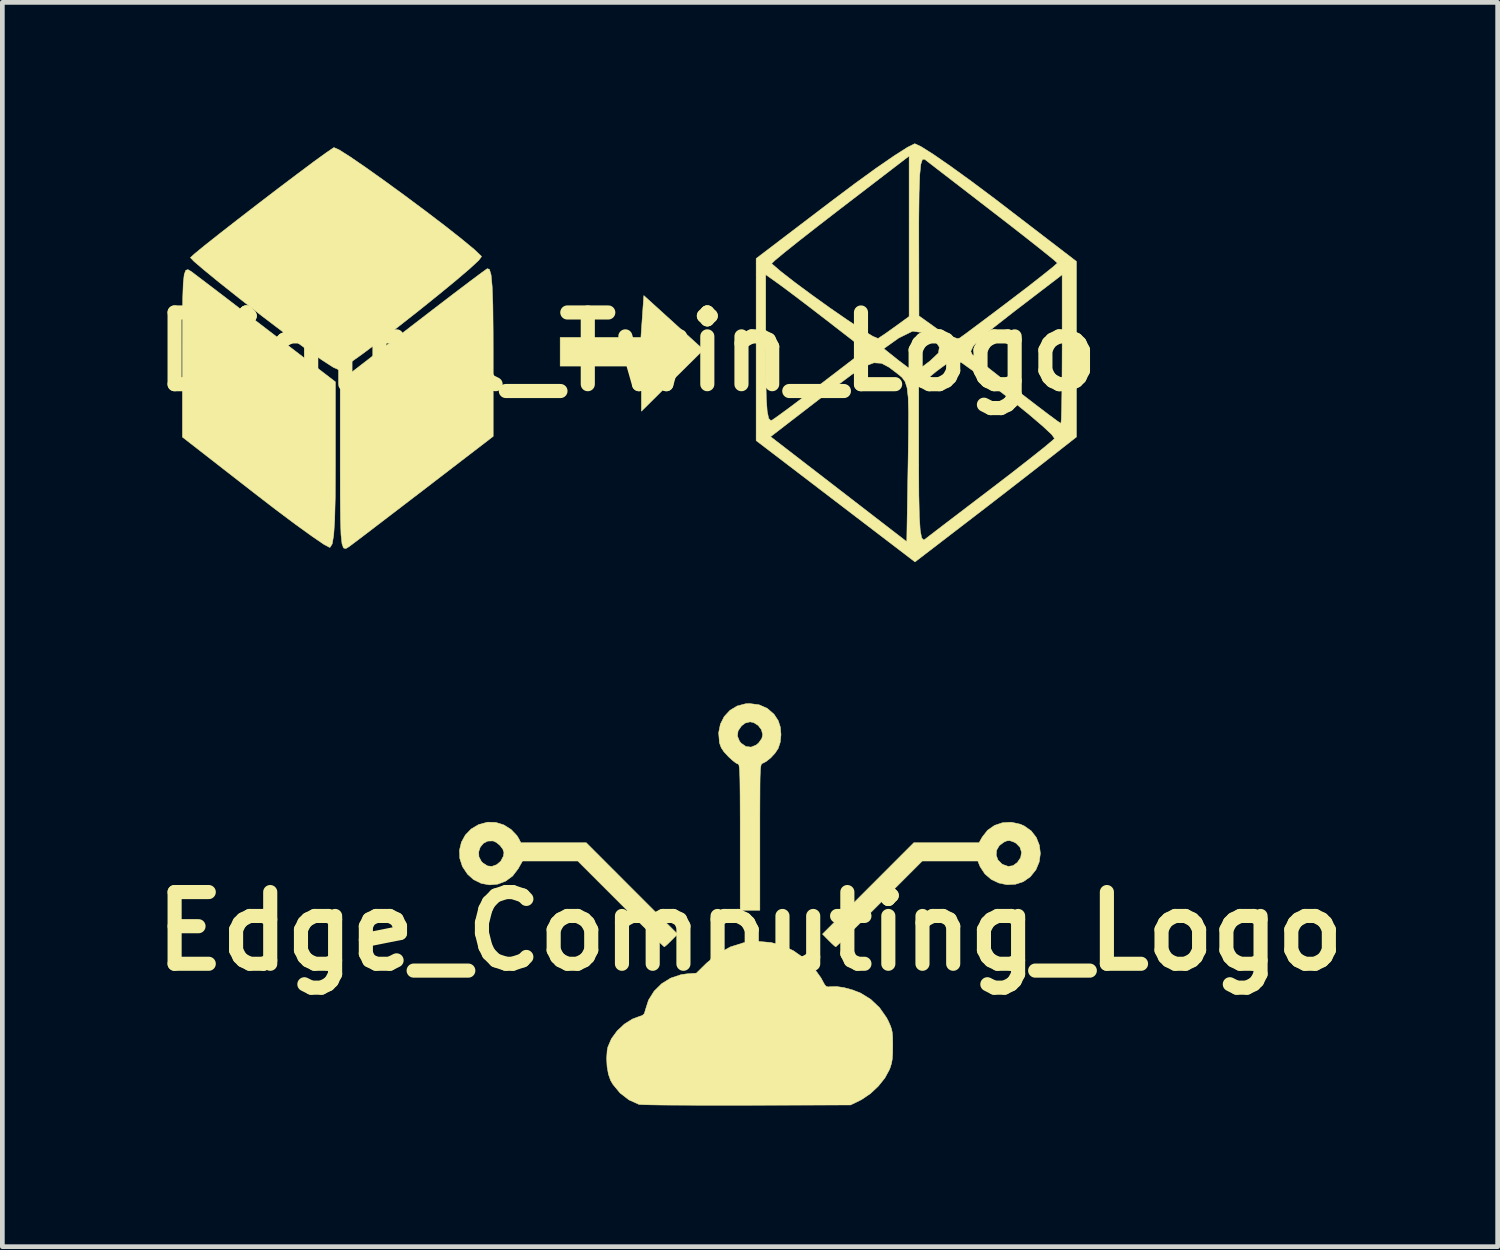
<source format=kicad_pcb>
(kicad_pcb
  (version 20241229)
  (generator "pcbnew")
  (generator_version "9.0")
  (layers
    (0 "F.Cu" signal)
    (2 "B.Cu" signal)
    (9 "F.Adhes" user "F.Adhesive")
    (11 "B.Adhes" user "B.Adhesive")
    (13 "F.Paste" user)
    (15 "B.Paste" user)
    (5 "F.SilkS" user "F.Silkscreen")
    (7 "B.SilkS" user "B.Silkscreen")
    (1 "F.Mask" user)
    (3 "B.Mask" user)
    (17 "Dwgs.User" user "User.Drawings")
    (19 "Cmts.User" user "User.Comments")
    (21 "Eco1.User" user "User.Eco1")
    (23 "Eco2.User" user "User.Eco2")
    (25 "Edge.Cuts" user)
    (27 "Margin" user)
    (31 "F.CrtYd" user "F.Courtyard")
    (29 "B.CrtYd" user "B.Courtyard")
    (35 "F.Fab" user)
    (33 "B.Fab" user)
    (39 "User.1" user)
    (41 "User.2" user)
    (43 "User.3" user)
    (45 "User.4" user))
  (footprint "Digital_Twin_Logo"
    (layer "F.Cu")
    (at 10.276 4.425)
    (property "Reference" "Digital_Twin_Logo" (at 0 0 0) (layer "F.SilkS") (effects (font (size 1.524 1.524) (thickness 0.3))))
    (attr through_hole)
    (fp_poly (pts (xy 0.99 -0.619) (xy 1.624 -0.043) (xy 0.964 0.61) (xy 0.305 1.264) (xy 0.305 0.305) (xy -1.422 0.305) (xy -1.422 -0.305) (xy 0.294 -0.305) (xy 0.325 -0.749) (xy 0.356 -1.194) (xy 0.99 -0.619)) (stroke (width 0.01) (type solid)) (fill yes) (layer "F.SilkS"))
    (fp_poly (pts (xy -9.266 -1.708) (xy -9.129 -1.604) (xy -8.86 -1.4) (xy -8.49 -1.118) (xy -8.049 -0.78) (xy -7.641 -0.467) (xy -6.198 0.64) (xy -6.198 2.403) (xy -6.201 3.075) (xy -6.213 3.564) (xy -6.234 3.893) (xy -6.266 4.083) (xy -6.311 4.155) (xy -6.325 4.157) (xy -6.442 4.094) (xy -6.69 3.925) (xy -7.044 3.67) (xy -7.474 3.348) (xy -7.95 2.981) (xy -9.449 1.814) (xy -9.449 -0.013) (xy -9.448 -0.662) (xy -9.443 -1.132) (xy -9.432 -1.45) (xy -9.411 -1.642) (xy -9.378 -1.731) (xy -9.331 -1.745) (xy -9.266 -1.708)) (stroke (width 0.01) (type solid)) (fill yes) (layer "F.SilkS"))
    (fp_poly (pts (xy -2.925 -1.751) (xy -2.89 -1.633) (xy -2.867 -1.388) (xy -2.852 -0.995) (xy -2.846 -0.432) (xy -2.845 -0.021) (xy -2.845 1.798) (xy -4.288 2.906) (xy -4.766 3.272) (xy -5.199 3.603) (xy -5.555 3.875) (xy -5.806 4.065) (xy -5.914 4.146) (xy -5.978 4.183) (xy -6.026 4.17) (xy -6.058 4.08) (xy -6.079 3.888) (xy -6.09 3.569) (xy -6.095 3.098) (xy -6.096 2.451) (xy -6.096 0.623) (xy -4.597 -0.533) (xy -4.116 -0.903) (xy -3.685 -1.233) (xy -3.332 -1.5) (xy -3.084 -1.685) (xy -2.972 -1.765) (xy -2.925 -1.751)) (stroke (width 0.01) (type solid)) (fill yes) (layer "F.SilkS"))
    (fp_poly (pts (xy -6.122 -4.293) (xy -5.887 -4.144) (xy -5.554 -3.916) (xy -5.155 -3.632) (xy -4.72 -3.315) (xy -4.281 -2.988) (xy -3.869 -2.674) (xy -3.515 -2.395) (xy -3.25 -2.176) (xy -3.105 -2.039) (xy -3.093 -2.022) (xy -3.154 -1.941) (xy -3.348 -1.762) (xy -3.646 -1.508) (xy -4.016 -1.204) (xy -4.429 -0.872) (xy -4.855 -0.537) (xy -5.265 -0.222) (xy -5.628 0.05) (xy -5.915 0.254) (xy -6.096 0.367) (xy -6.131 0.381) (xy -6.245 0.33) (xy -6.491 0.171) (xy -6.843 -0.075) (xy -7.273 -0.391) (xy -7.754 -0.756) (xy -7.772 -0.77) (xy -8.247 -1.14) (xy -8.66 -1.468) (xy -8.985 -1.734) (xy -9.2 -1.917) (xy -9.279 -1.999) (xy -9.279 -2) (xy -9.195 -2.078) (xy -8.98 -2.255) (xy -8.664 -2.505) (xy -8.278 -2.806) (xy -7.854 -3.133) (xy -7.423 -3.463) (xy -7.015 -3.771) (xy -6.662 -4.035) (xy -6.394 -4.229) (xy -6.244 -4.331) (xy -6.228 -4.339) (xy -6.122 -4.293)) (stroke (width 0.01) (type solid)) (fill yes) (layer "F.SilkS"))
    (fp_poly (pts (xy 6.247 -4.36) (xy 6.51 -4.194) (xy 6.879 -3.939) (xy 7.325 -3.616) (xy 7.824 -3.243) (xy 7.92 -3.169) (xy 9.55 -1.919) (xy 9.55 1.811) (xy 8.915 2.309) (xy 8.58 2.57) (xy 8.141 2.911) (xy 7.657 3.285) (xy 7.199 3.637) (xy 6.119 4.466) (xy 4.431 3.177) (xy 2.743 1.888) (xy 2.743 1.805) (xy 3.05 1.805) (xy 4.497 2.921) (xy 5.944 4.037) (xy 5.972 2.351) (xy 5.981 1.729) (xy 5.983 1.279) (xy 5.974 0.968) (xy 5.95 0.763) (xy 5.938 0.726) (xy 6.198 0.726) (xy 6.198 2.407) (xy 6.201 3.044) (xy 6.211 3.499) (xy 6.23 3.796) (xy 6.26 3.955) (xy 6.302 4) (xy 6.325 3.99) (xy 6.446 3.896) (xy 6.698 3.703) (xy 7.051 3.434) (xy 7.473 3.112) (xy 7.744 2.906) (xy 8.186 2.567) (xy 8.568 2.268) (xy 8.864 2.033) (xy 9.043 1.883) (xy 9.084 1.844) (xy 9.025 1.759) (xy 8.833 1.58) (xy 8.54 1.33) (xy 8.177 1.036) (xy 7.774 0.722) (xy 7.363 0.414) (xy 7.113 0.234) (xy 6.978 0.181) (xy 6.818 0.235) (xy 6.576 0.414) (xy 6.569 0.419) (xy 6.198 0.726) (xy 5.938 0.726) (xy 5.908 0.634) (xy 5.845 0.548) (xy 5.768 0.482) (xy 5.57 0.331) (xy 5.407 0.245) (xy 5.245 0.235) (xy 5.046 0.311) (xy 4.777 0.484) (xy 4.401 0.765) (xy 4.141 0.964) (xy 3.05 1.805) (xy 2.743 1.805) (xy 2.743 -0.053) (xy 2.946 -0.053) (xy 2.949 0.558) (xy 2.959 0.99) (xy 2.978 1.268) (xy 3.009 1.417) (xy 3.054 1.462) (xy 3.083 1.453) (xy 3.215 1.361) (xy 3.47 1.174) (xy 3.809 0.919) (xy 4.14 0.668) (xy 5.06 -0.036) (xy 5.021 -0.066) (xy 5.456 -0.066) (xy 5.751 0.17) (xy 5.976 0.34) (xy 6.126 0.387) (xy 6.283 0.314) (xy 6.442 0.193) (xy 6.616 0.028) (xy 6.623 -0.01) (xy 7.304 -0.01) (xy 7.334 0.06) (xy 7.458 0.166) (xy 7.692 0.354) (xy 7.997 0.594) (xy 8.333 0.857) (xy 8.663 1.111) (xy 8.947 1.327) (xy 9.146 1.474) (xy 9.22 1.523) (xy 9.229 1.427) (xy 9.236 1.163) (xy 9.242 0.765) (xy 9.245 0.266) (xy 9.246 -0.057) (xy 9.246 -1.637) (xy 8.223 -0.854) (xy 7.795 -0.519) (xy 7.512 -0.281) (xy 7.356 -0.118) (xy 7.304 -0.01) (xy 6.623 -0.01) (xy 6.636 -0.097) (xy 6.591 -0.168) (xy 6.33 -0.399) (xy 6.068 -0.437) (xy 5.773 -0.292) (xy 5.456 -0.066) (xy 5.021 -0.066) (xy 4.283 -0.638) (xy 3.91 -0.925) (xy 3.567 -1.186) (xy 3.305 -1.382) (xy 3.226 -1.44) (xy 2.946 -1.639) (xy 2.946 -0.053) (xy 2.743 -0.053) (xy 2.743 -1.873) (xy 3.072 -1.873) (xy 3.268 -1.705) (xy 3.562 -1.476) (xy 3.919 -1.212) (xy 4.299 -0.939) (xy 4.668 -0.684) (xy 4.987 -0.472) (xy 5.221 -0.329) (xy 5.332 -0.282) (xy 5.334 -0.282) (xy 5.482 -0.38) (xy 5.701 -0.536) (xy 5.715 -0.546) (xy 5.994 -0.749) (xy 5.994 -2.476) (xy 6.2 -2.476) (xy 6.203 -0.762) (xy 6.581 -0.492) (xy 6.828 -0.344) (xy 7.017 -0.281) (xy 7.065 -0.289) (xy 7.183 -0.373) (xy 7.427 -0.555) (xy 7.762 -0.806) (xy 8.152 -1.101) (xy 8.157 -1.105) (xy 8.536 -1.394) (xy 8.847 -1.638) (xy 9.06 -1.809) (xy 9.144 -1.884) (xy 9.144 -1.885) (xy 9.068 -1.955) (xy 8.856 -2.126) (xy 8.537 -2.379) (xy 8.135 -2.693) (xy 7.798 -2.953) (xy 7.341 -3.306) (xy 6.935 -3.619) (xy 6.609 -3.87) (xy 6.394 -4.036) (xy 6.325 -4.09) (xy 6.277 -4.089) (xy 6.242 -3.982) (xy 6.219 -3.75) (xy 6.206 -3.369) (xy 6.2 -2.817) (xy 6.2 -2.476) (xy 5.994 -2.476) (xy 5.994 -4.16) (xy 4.52 -3.03) (xy 4.054 -2.67) (xy 3.651 -2.355) (xy 3.337 -2.104) (xy 3.136 -1.937) (xy 3.072 -1.873) (xy 2.743 -1.873) (xy 2.743 -1.981) (xy 4.344 -3.2) (xy 4.844 -3.575) (xy 5.298 -3.904) (xy 5.679 -4.166) (xy 5.958 -4.344) (xy 6.108 -4.419) (xy 6.117 -4.42) (xy 6.247 -4.36)) (stroke (width 0.01) (type solid)) (fill yes) (layer "F.SilkS")))
  (footprint "Edge_Computing_Logo"
    (layer "F.Cu")
    (at 12.889 16.742)
    (property "Reference" "Edge_Computing_Logo" (at 0 0 0) (layer "F.SilkS") (effects (font (size 1.524 1.524) (thickness 0.3))))
    (attr through_hole)
    (fp_poly (pts (xy -5.403 -2.315) (xy -5.231 -2.261) (xy -5.076 -2.163) (xy -4.952 -2.032) (xy -4.913 -1.967) (xy -4.869 -1.883) (xy -3.481 -1.883) (xy -2.511 -0.912) (xy -1.54 0.059) (xy -1.673 0.194) (xy -1.744 0.264) (xy -1.798 0.312) (xy -1.822 0.329) (xy -1.846 0.308) (xy -1.907 0.25) (xy -2.002 0.158) (xy -2.126 0.036) (xy -2.275 -0.111) (xy -2.444 -0.278) (xy -2.628 -0.462) (xy -2.749 -0.583) (xy -3.66 -1.494) (xy -4.835 -1.494) (xy -4.927 -1.331) (xy -5.045 -1.176) (xy -5.193 -1.067) (xy -5.36 -1.003) (xy -5.537 -0.987) (xy -5.712 -1.019) (xy -5.877 -1.101) (xy -6.003 -1.214) (xy -6.112 -1.377) (xy -6.168 -1.551) (xy -6.173 -1.69) (xy -5.766 -1.69) (xy -5.761 -1.585) (xy -5.71 -1.487) (xy -5.675 -1.452) (xy -5.578 -1.39) (xy -5.485 -1.38) (xy -5.383 -1.417) (xy -5.297 -1.491) (xy -5.242 -1.596) (xy -5.229 -1.673) (xy -5.253 -1.746) (xy -5.313 -1.825) (xy -5.391 -1.89) (xy -5.46 -1.921) (xy -5.574 -1.918) (xy -5.667 -1.869) (xy -5.733 -1.789) (xy -5.766 -1.69) (xy -6.173 -1.69) (xy -6.174 -1.727) (xy -6.133 -1.895) (xy -6.05 -2.047) (xy -5.926 -2.175) (xy -5.767 -2.269) (xy -5.577 -2.32) (xy -5.403 -2.315)) (stroke (width 0.01) (type solid)) (fill yes) (layer "F.SilkS"))
    (fp_poly (pts (xy 5.742 -2.277) (xy 5.827 -2.24) (xy 5.976 -2.134) (xy 6.084 -1.994) (xy 6.149 -1.83) (xy 6.17 -1.655) (xy 6.146 -1.477) (xy 6.076 -1.309) (xy 5.957 -1.16) (xy 5.957 -1.16) (xy 5.807 -1.055) (xy 5.638 -1) (xy 5.461 -0.991) (xy 5.287 -1.027) (xy 5.126 -1.104) (xy 4.991 -1.22) (xy 4.891 -1.372) (xy 4.874 -1.412) (xy 4.842 -1.494) (xy 3.66 -1.494) (xy 2.749 -0.583) (xy 2.557 -0.391) (xy 2.378 -0.213) (xy 2.216 -0.053) (xy 2.076 0.085) (xy 1.963 0.196) (xy 1.88 0.276) (xy 1.832 0.321) (xy 1.822 0.329) (xy 1.794 0.309) (xy 1.738 0.258) (xy 1.673 0.194) (xy 1.54 0.059) (xy 2.511 -0.912) (xy 3.216 -1.618) (xy 5.232 -1.618) (xy 5.269 -1.516) (xy 5.353 -1.432) (xy 5.372 -1.421) (xy 5.487 -1.38) (xy 5.588 -1.395) (xy 5.68 -1.462) (xy 5.752 -1.568) (xy 5.77 -1.681) (xy 5.737 -1.786) (xy 5.656 -1.871) (xy 5.599 -1.901) (xy 5.521 -1.927) (xy 5.459 -1.923) (xy 5.397 -1.897) (xy 5.297 -1.822) (xy 5.241 -1.725) (xy 5.232 -1.618) (xy 3.216 -1.618) (xy 3.481 -1.883) (xy 4.867 -1.883) (xy 4.935 -2.003) (xy 5.049 -2.149) (xy 5.196 -2.251) (xy 5.368 -2.309) (xy 5.553 -2.319) (xy 5.742 -2.277)) (stroke (width 0.01) (type solid)) (fill yes) (layer "F.SilkS"))
    (fp_poly (pts (xy 0.191 -4.815) (xy 0.367 -4.738) (xy 0.511 -4.612) (xy 0.6 -4.476) (xy 0.644 -4.34) (xy 0.658 -4.179) (xy 0.642 -4.018) (xy 0.599 -3.888) (xy 0.532 -3.787) (xy 0.441 -3.688) (xy 0.344 -3.61) (xy 0.271 -3.572) (xy 0.257 -3.566) (xy 0.246 -3.556) (xy 0.236 -3.537) (xy 0.229 -3.504) (xy 0.222 -3.452) (xy 0.218 -3.375) (xy 0.214 -3.271) (xy 0.212 -3.132) (xy 0.211 -2.955) (xy 0.21 -2.735) (xy 0.209 -2.467) (xy 0.209 -2.145) (xy 0.209 -2) (xy 0.209 -0.448) (xy -0.209 -0.448) (xy -0.209 -2.002) (xy -0.209 -2.349) (xy -0.21 -2.641) (xy -0.211 -2.882) (xy -0.213 -3.077) (xy -0.215 -3.232) (xy -0.219 -3.349) (xy -0.223 -3.436) (xy -0.229 -3.495) (xy -0.236 -3.531) (xy -0.245 -3.55) (xy -0.255 -3.556) (xy -0.256 -3.556) (xy -0.299 -3.576) (xy -0.368 -3.629) (xy -0.45 -3.704) (xy -0.461 -3.715) (xy -0.554 -3.815) (xy -0.611 -3.9) (xy -0.644 -3.989) (xy -0.651 -4.021) (xy -0.661 -4.149) (xy -0.268 -4.149) (xy -0.223 -4.04) (xy -0.189 -3.998) (xy -0.087 -3.928) (xy 0.022 -3.915) (xy 0.131 -3.96) (xy 0.182 -4.002) (xy 0.252 -4.101) (xy 0.269 -4.184) (xy 0.242 -4.286) (xy 0.173 -4.376) (xy 0.078 -4.436) (xy 0 -4.452) (xy -0.103 -4.426) (xy -0.182 -4.365) (xy -0.254 -4.259) (xy -0.268 -4.149) (xy -0.661 -4.149) (xy -0.667 -4.219) (xy -0.63 -4.403) (xy -0.549 -4.564) (xy -0.428 -4.695) (xy -0.274 -4.789) (xy -0.094 -4.836) (xy -0.015 -4.841) (xy 0.191 -4.815)) (stroke (width 0.01) (type solid)) (fill yes) (layer "F.SilkS"))
    (fp_poly (pts (xy 0.446 0.238) (xy 0.677 0.299) (xy 0.921 0.412) (xy 1.15 0.572) (xy 1.351 0.769) (xy 1.509 0.991) (xy 1.541 1.051) (xy 1.586 1.133) (xy 1.622 1.172) (xy 1.666 1.181) (xy 1.711 1.176) (xy 1.84 1.173) (xy 2.002 1.197) (xy 2.177 1.245) (xy 2.346 1.31) (xy 2.352 1.313) (xy 2.565 1.445) (xy 2.752 1.622) (xy 2.901 1.834) (xy 2.938 1.905) (xy 2.98 1.999) (xy 3.008 2.077) (xy 3.024 2.157) (xy 3.031 2.257) (xy 3.033 2.394) (xy 3.033 2.435) (xy 3.031 2.596) (xy 3.023 2.714) (xy 3.006 2.809) (xy 2.978 2.898) (xy 2.963 2.938) (xy 2.867 3.115) (xy 2.727 3.29) (xy 2.56 3.447) (xy 2.379 3.57) (xy 2.335 3.594) (xy 2.137 3.69) (xy -0.075 3.696) (xy -0.435 3.696) (xy -0.778 3.696) (xy -1.101 3.696) (xy -1.398 3.694) (xy -1.664 3.693) (xy -1.894 3.691) (xy -2.084 3.688) (xy -2.228 3.685) (xy -2.322 3.681) (xy -2.361 3.678) (xy -2.573 3.582) (xy -2.761 3.437) (xy -2.913 3.253) (xy -2.963 3.168) (xy -3.009 3.038) (xy -3.038 2.874) (xy -3.047 2.698) (xy -3.036 2.533) (xy -3.021 2.459) (xy -2.946 2.283) (xy -2.824 2.116) (xy -2.671 1.972) (xy -2.498 1.863) (xy -2.372 1.816) (xy -2.29 1.788) (xy -2.249 1.751) (xy -2.228 1.686) (xy -2.226 1.677) (xy -2.157 1.461) (xy -2.038 1.271) (xy -1.878 1.113) (xy -1.686 0.994) (xy -1.467 0.921) (xy -1.34 0.903) (xy -1.141 0.889) (xy -0.922 0.674) (xy -0.679 0.475) (xy -0.417 0.331) (xy -0.139 0.243) (xy 0.15 0.212) (xy 0.446 0.238)) (stroke (width 0.01) (type solid)) (fill yes) (layer "F.SilkS")))
  (gr_rect
    (start -3 -3)
    (end 28.777 23.443)
    (stroke (width 0.1) (type default))
    (fill no)
    (layer "Edge.Cuts")))
</source>
